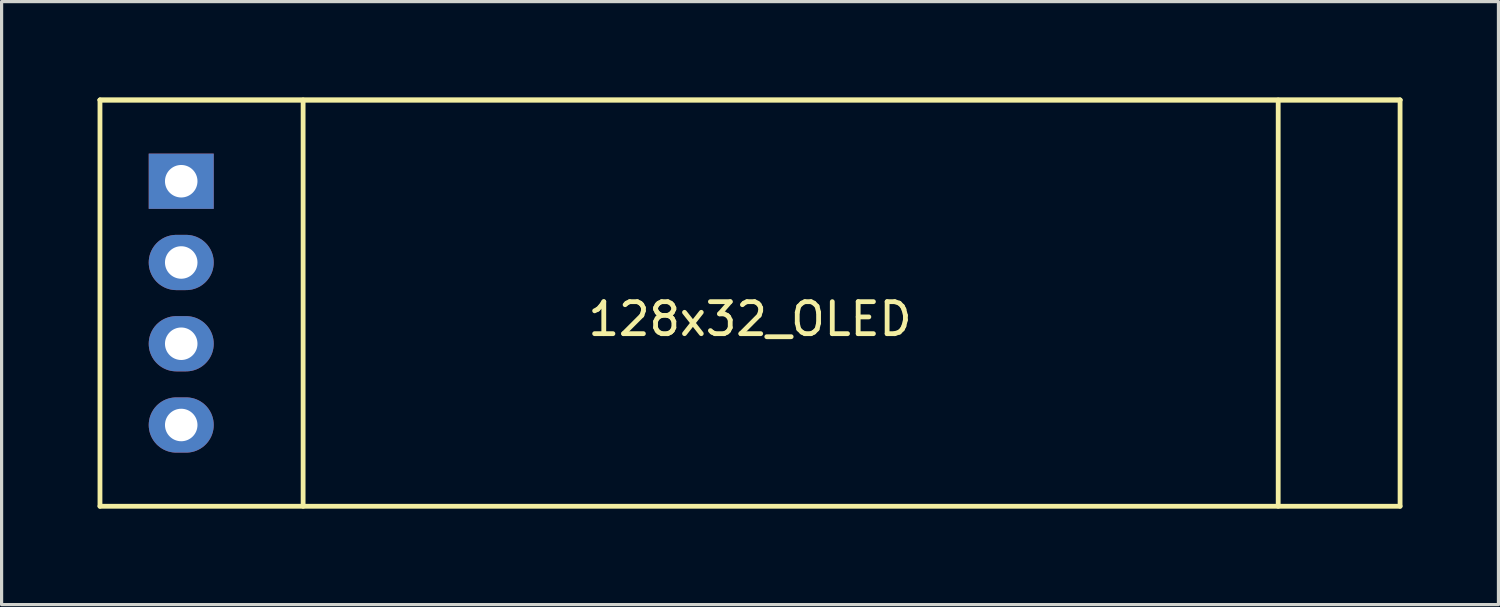
<source format=kicad_pcb>
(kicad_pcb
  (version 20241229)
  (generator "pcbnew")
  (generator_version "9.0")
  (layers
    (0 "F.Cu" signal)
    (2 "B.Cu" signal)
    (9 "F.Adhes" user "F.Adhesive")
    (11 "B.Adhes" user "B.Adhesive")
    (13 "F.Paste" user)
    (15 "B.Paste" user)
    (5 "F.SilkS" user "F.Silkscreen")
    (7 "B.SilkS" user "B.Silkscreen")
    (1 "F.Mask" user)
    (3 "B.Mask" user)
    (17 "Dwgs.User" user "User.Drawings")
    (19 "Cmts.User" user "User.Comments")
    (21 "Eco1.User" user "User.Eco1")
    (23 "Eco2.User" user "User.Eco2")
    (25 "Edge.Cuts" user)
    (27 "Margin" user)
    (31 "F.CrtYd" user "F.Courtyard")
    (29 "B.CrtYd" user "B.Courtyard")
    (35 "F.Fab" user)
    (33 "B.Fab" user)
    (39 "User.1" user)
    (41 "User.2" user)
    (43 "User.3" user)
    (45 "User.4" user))
  (footprint "128x32_OLED"
    (layer "F.Cu")
    (at 20.395 6.425)
    (property "Reference" "128x32_OLED" (at 0 0.5 0) (layer "F.SilkS") (effects (font (size 1 1) (thickness 0.15))))
    (attr through_hole)
    (fp_line (start -20.32 -6.35) (end 20.32 -6.35) (stroke (width 0.15) (type solid)) (layer "F.SilkS"))
    (fp_line (start -20.32 6.35) (end -20.32 -6.35) (stroke (width 0.15) (type solid)) (layer "F.SilkS"))
    (fp_line (start -20.32 6.35) (end 20.32 6.35) (stroke (width 0.15) (type solid)) (layer "F.SilkS"))
    (fp_line (start -13.97 6.35) (end -13.97 -6.35) (stroke (width 0.15) (type solid)) (layer "F.SilkS"))
    (fp_line (start 16.51 6.35) (end 16.51 -6.35) (stroke (width 0.15) (type solid)) (layer "F.SilkS"))
    (fp_line (start 20.32 -6.35) (end -20.32 -6.35) (stroke (width 0.15) (type solid)) (layer "F.SilkS"))
    (fp_line (start 20.32 -6.35) (end 20.32 6.35) (stroke (width 0.15) (type solid)) (layer "F.SilkS"))
    (pad "1" thru_hole rect (at -17.78 -3.81) (size 2.032 1.727) (drill 1.016) (layers "*.Cu" "*.Mask"))
    (pad "2" thru_hole oval (at -17.78 -1.27) (size 2.032 1.727) (drill 1.016) (layers "*.Cu" "*.Mask"))
    (pad "3" thru_hole oval (at -17.78 1.27) (size 2.032 1.727) (drill 1.016) (layers "*.Cu" "*.Mask"))
    (pad "4" thru_hole oval (at -17.78 3.81) (size 2.032 1.727) (drill 1.016) (layers "*.Cu" "*.Mask")))
  (gr_rect
    (start -3 -3)
    (end 43.79 15.85)
    (stroke (width 0.1) (type default))
    (fill no)
    (layer "Edge.Cuts")))
</source>
